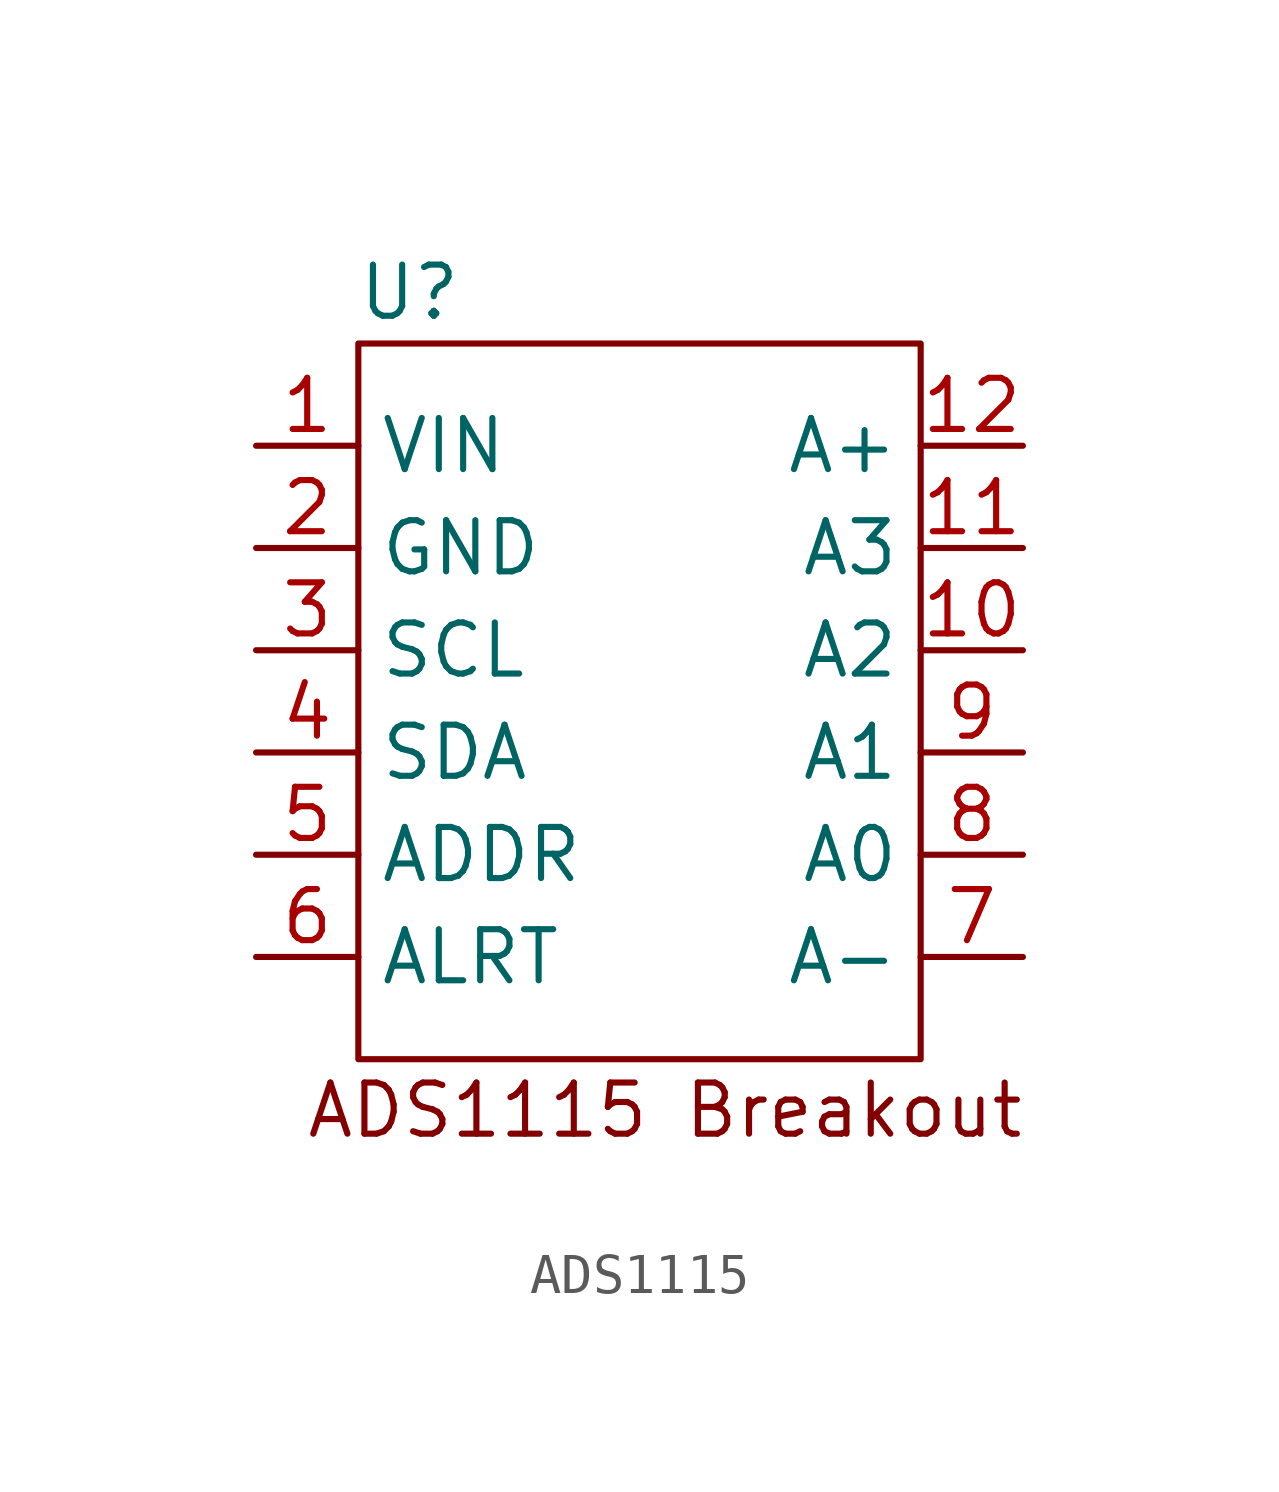
<source format=kicad_sym>
(kicad_symbol_lib
  (version 20220914)
  (generator kicad_symbol_editor)
  (symbol "ADS1115"
    (property "Reference" "U"
      (at 3.81 3.81 0)
      (effects (font (size 1.27 1.27))))
    (property "Value" ""
      (at 0 0 0)
      (effects (font (size 1.27 1.27))))
    (symbol "ADS1115_0_0"
      (pin unspecified line (at 0 0 0) (length 2.54) (name "VIN" (effects (font (size 1.27 1.27)))) (number "1" (effects (font (size 1.27 1.27)))))
      (pin unspecified line (at 19.05 -5.08 180) (length 2.54) (name "A2" (effects (font (size 1.27 1.27)))) (number "10" (effects (font (size 1.27 1.27)))))
      (pin unspecified line (at 19.05 -2.54 180) (length 2.54) (name "A3" (effects (font (size 1.27 1.27)))) (number "11" (effects (font (size 1.27 1.27)))))
      (pin unspecified line (at 19.05 0 180) (length 2.54) (name "A+" (effects (font (size 1.27 1.27)))) (number "12" (effects (font (size 1.27 1.27)))))
      (pin unspecified line (at 0 -2.54 0) (length 2.54) (name "GND" (effects (font (size 1.27 1.27)))) (number "2" (effects (font (size 1.27 1.27)))))
      (pin unspecified line (at 0 -5.08 0) (length 2.54) (name "SCL" (effects (font (size 1.27 1.27)))) (number "3" (effects (font (size 1.27 1.27)))))
      (pin unspecified line (at 0 -7.62 0) (length 2.54) (name "SDA" (effects (font (size 1.27 1.27)))) (number "4" (effects (font (size 1.27 1.27)))))
      (pin unspecified line (at 0 -10.16 0) (length 2.54) (name "ADDR" (effects (font (size 1.27 1.27)))) (number "5" (effects (font (size 1.27 1.27)))))
      (pin unspecified line (at 0 -12.7 0) (length 2.54) (name "ALRT" (effects (font (size 1.27 1.27)))) (number "6" (effects (font (size 1.27 1.27)))))
      (pin unspecified line (at 19.05 -12.7 180) (length 2.54) (name "A-" (effects (font (size 1.27 1.27)))) (number "7" (effects (font (size 1.27 1.27)))))
      (pin unspecified line (at 19.05 -10.16 180) (length 2.54) (name "A0" (effects (font (size 1.27 1.27)))) (number "8" (effects (font (size 1.27 1.27)))))
      (pin unspecified line (at 19.05 -7.62 180) (length 2.54) (name "A1" (effects (font (size 1.27 1.27)))) (number "9" (effects (font (size 1.27 1.27))))))
    (symbol "ADS1115_0_1"
      (rectangle (start 2.54 2.54) (end 16.51 -15.24) (stroke (width 0) (type default)) (fill (type none))))
    (symbol "ADS1115_1_1"
      (text "ADS1115 Breakout" (at 10.16 -16.51 0) (effects (font (size 1.27 1.27)))))))
</source>
